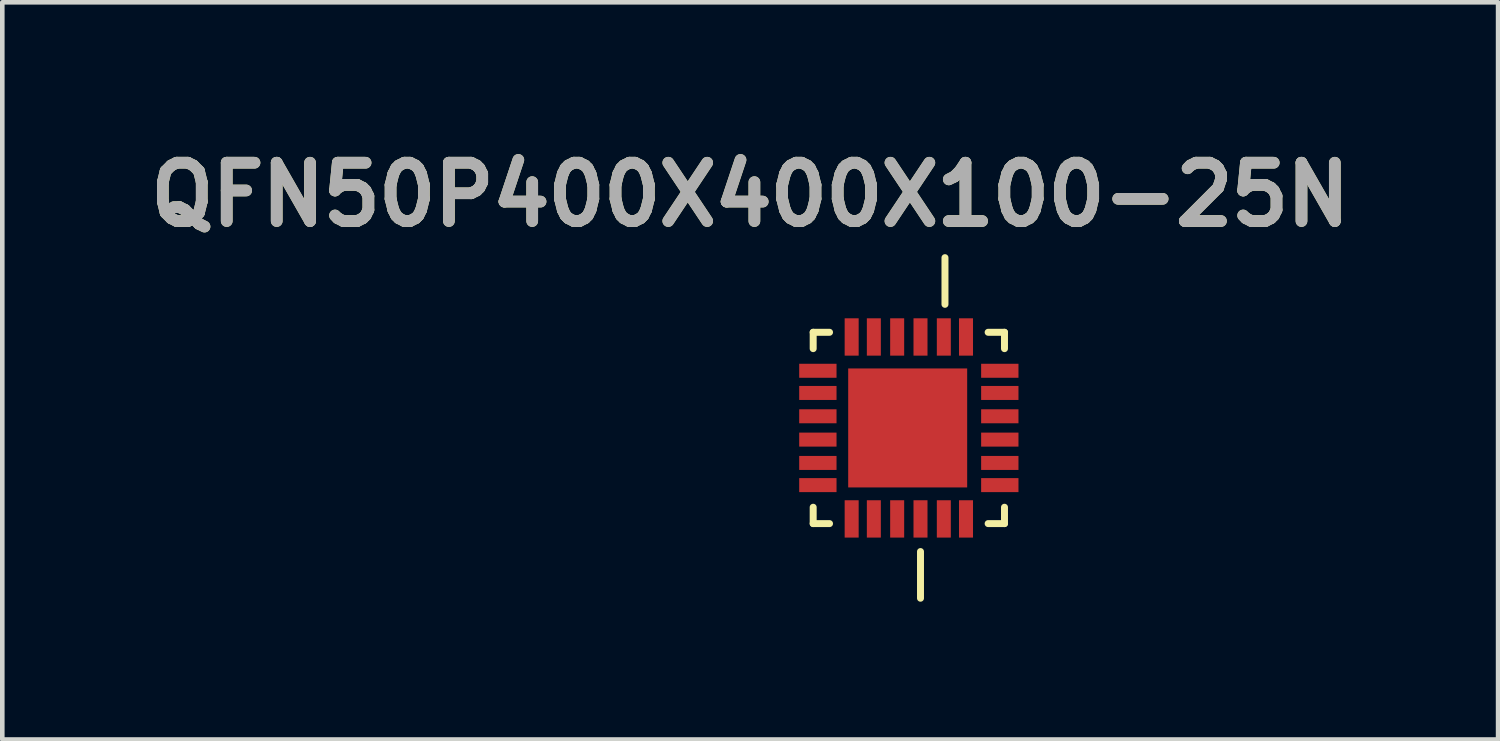
<source format=kicad_pcb>
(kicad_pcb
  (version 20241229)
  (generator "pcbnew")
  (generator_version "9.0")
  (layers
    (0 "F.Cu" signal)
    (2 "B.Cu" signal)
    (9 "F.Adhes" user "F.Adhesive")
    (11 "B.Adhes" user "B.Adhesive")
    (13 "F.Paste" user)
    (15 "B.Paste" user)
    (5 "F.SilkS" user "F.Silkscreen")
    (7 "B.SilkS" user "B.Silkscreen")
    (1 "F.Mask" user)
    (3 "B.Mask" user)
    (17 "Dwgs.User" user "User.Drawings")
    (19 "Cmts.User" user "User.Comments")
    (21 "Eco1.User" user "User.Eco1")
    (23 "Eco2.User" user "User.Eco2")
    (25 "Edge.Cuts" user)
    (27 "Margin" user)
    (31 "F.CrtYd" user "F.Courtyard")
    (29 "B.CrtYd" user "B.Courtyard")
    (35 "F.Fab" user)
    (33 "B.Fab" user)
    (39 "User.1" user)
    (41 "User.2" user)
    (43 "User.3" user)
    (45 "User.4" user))
  (footprint "QFN50P400X400X100-25N"
    (layer "F.Cu")
    (at 16.741 6.269)
    (property "Reference" "QFN50P400X400X100-25N" (at -3.454 -5.08 0) (layer "F.SilkS") (effects (font (size 1.27 1.27) (thickness 0.254))))
    (attr smd)
    (fp_line (start -2.083 -2.083) (end -2.083 -1.727) (stroke (width 0.152) (type solid)) (layer "F.SilkS"))
    (fp_line (start -2.083 1.727) (end -2.083 2.083) (stroke (width 0.152) (type solid)) (layer "F.SilkS"))
    (fp_line (start -2.083 2.083) (end -1.727 2.083) (stroke (width 0.152) (type solid)) (layer "F.SilkS"))
    (fp_line (start -1.727 -2.083) (end -2.083 -2.083) (stroke (width 0.152) (type solid)) (layer "F.SilkS"))
    (fp_line (start 0.254 3.708) (end 0.254 2.692) (stroke (width 0.152) (type solid)) (layer "F.SilkS"))
    (fp_line (start 0.787 -2.692) (end 0.787 -3.708) (stroke (width 0.152) (type solid)) (layer "F.SilkS"))
    (fp_line (start 1.727 2.083) (end 2.083 2.083) (stroke (width 0.152) (type solid)) (layer "F.SilkS"))
    (fp_line (start 2.083 -2.083) (end 1.727 -2.083) (stroke (width 0.152) (type solid)) (layer "F.SilkS"))
    (fp_line (start 2.083 -1.727) (end 2.083 -2.083) (stroke (width 0.152) (type solid)) (layer "F.SilkS"))
    (fp_line (start 2.083 2.083) (end 2.083 1.727) (stroke (width 0.152) (type solid)) (layer "F.SilkS"))
    (fp_text user "${REFERENCE}" (at -3.454 -5.08 0) (layer "F.Fab") (effects (font (size 1.27 1.27) (thickness 0.254))))
    (pad "1" smd rect (at -1.981 -1.245 90) (size 0.305 0.813) (layers "F.Cu" "F.Mask" "F.Paste"))
    (pad "2" smd rect (at -1.981 -0.762 90) (size 0.305 0.813) (layers "F.Cu" "F.Mask" "F.Paste"))
    (pad "3" smd rect (at -1.981 -0.254 90) (size 0.305 0.813) (layers "F.Cu" "F.Mask" "F.Paste"))
    (pad "4" smd rect (at -1.981 0.254 90) (size 0.305 0.813) (layers "F.Cu" "F.Mask" "F.Paste"))
    (pad "5" smd rect (at -1.981 0.762 90) (size 0.305 0.813) (layers "F.Cu" "F.Mask" "F.Paste"))
    (pad "6" smd rect (at -1.981 1.245 90) (size 0.305 0.813) (layers "F.Cu" "F.Mask" "F.Paste"))
    (pad "7" smd rect (at -1.245 1.981) (size 0.305 0.813) (layers "F.Cu" "F.Mask" "F.Paste"))
    (pad "8" smd rect (at -0.762 1.981) (size 0.305 0.813) (layers "F.Cu" "F.Mask" "F.Paste"))
    (pad "9" smd rect (at -0.254 1.981) (size 0.305 0.813) (layers "F.Cu" "F.Mask" "F.Paste"))
    (pad "10" smd rect (at 0.254 1.981) (size 0.305 0.813) (layers "F.Cu" "F.Mask" "F.Paste"))
    (pad "11" smd rect (at 0.762 1.981) (size 0.305 0.813) (layers "F.Cu" "F.Mask" "F.Paste"))
    (pad "12" smd rect (at 1.245 1.981) (size 0.305 0.813) (layers "F.Cu" "F.Mask" "F.Paste"))
    (pad "13" smd rect (at 1.981 1.245 90) (size 0.305 0.813) (layers "F.Cu" "F.Mask" "F.Paste"))
    (pad "14" smd rect (at 1.981 0.762 90) (size 0.305 0.813) (layers "F.Cu" "F.Mask" "F.Paste"))
    (pad "15" smd rect (at 1.981 0.254 90) (size 0.305 0.813) (layers "F.Cu" "F.Mask" "F.Paste"))
    (pad "16" smd rect (at 1.981 -0.254 90) (size 0.305 0.813) (layers "F.Cu" "F.Mask" "F.Paste"))
    (pad "17" smd rect (at 1.981 -0.762 90) (size 0.305 0.813) (layers "F.Cu" "F.Mask" "F.Paste"))
    (pad "18" smd rect (at 1.981 -1.245 90) (size 0.305 0.813) (layers "F.Cu" "F.Mask" "F.Paste"))
    (pad "19" smd rect (at 1.245 -1.981) (size 0.305 0.813) (layers "F.Cu" "F.Mask" "F.Paste"))
    (pad "20" smd rect (at 0.762 -1.981) (size 0.305 0.813) (layers "F.Cu" "F.Mask" "F.Paste"))
    (pad "21" smd rect (at 0.254 -1.981) (size 0.305 0.813) (layers "F.Cu" "F.Mask" "F.Paste"))
    (pad "22" smd rect (at -0.254 -1.981) (size 0.305 0.813) (layers "F.Cu" "F.Mask" "F.Paste"))
    (pad "23" smd rect (at -0.762 -1.981) (size 0.305 0.813) (layers "F.Cu" "F.Mask" "F.Paste"))
    (pad "24" smd rect (at -1.245 -1.981) (size 0.305 0.813) (layers "F.Cu" "F.Mask" "F.Paste"))
    (pad "25" smd rect (at -0.025 0 90) (size 2.591 2.591) (layers "F.Cu" "F.Mask" "F.Paste")))
  (gr_rect
    (start -3 -3)
    (end 29.573 13.053)
    (stroke (width 0.1) (type default))
    (fill no)
    (layer "Edge.Cuts")))
</source>
